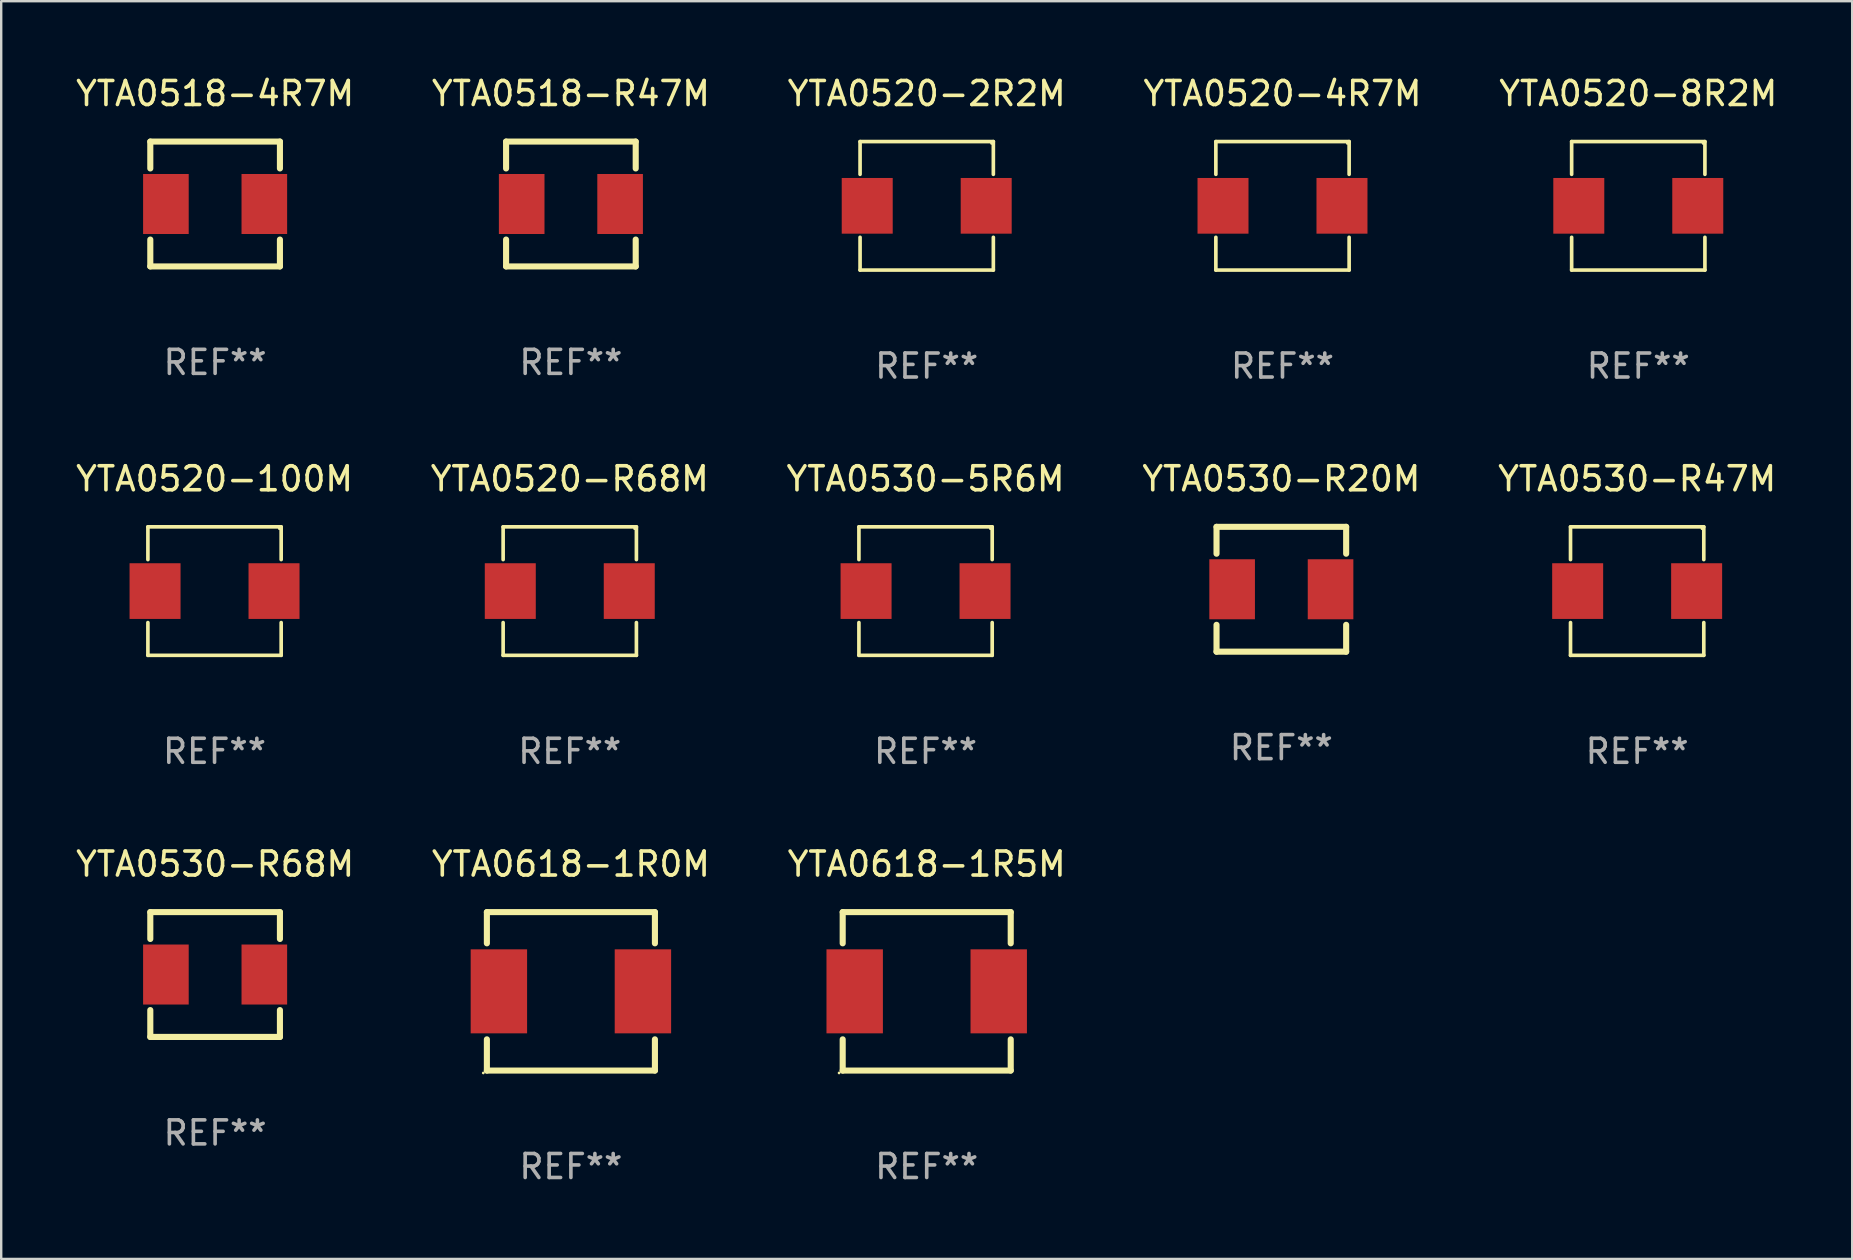
<source format=kicad_pcb>
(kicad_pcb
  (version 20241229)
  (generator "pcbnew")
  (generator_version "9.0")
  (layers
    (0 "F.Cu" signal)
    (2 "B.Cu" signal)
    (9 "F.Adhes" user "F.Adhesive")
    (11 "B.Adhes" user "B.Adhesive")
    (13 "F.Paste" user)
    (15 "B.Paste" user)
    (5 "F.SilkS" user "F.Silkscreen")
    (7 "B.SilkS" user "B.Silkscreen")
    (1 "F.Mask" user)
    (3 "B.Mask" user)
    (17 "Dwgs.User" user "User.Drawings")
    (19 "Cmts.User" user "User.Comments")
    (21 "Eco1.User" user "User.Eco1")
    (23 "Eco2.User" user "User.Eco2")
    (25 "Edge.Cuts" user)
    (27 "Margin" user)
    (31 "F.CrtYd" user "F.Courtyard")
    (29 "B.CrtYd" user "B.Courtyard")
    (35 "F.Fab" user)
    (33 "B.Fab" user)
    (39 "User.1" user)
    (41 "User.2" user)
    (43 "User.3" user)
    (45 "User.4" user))
  (footprint "YTA0530-R68M"
    (layer "F.Cu")
    (at 5.911 37.546)
    (property "Reference" "YTA0530-R68M" (at 0 -4.6 0) (layer "F.SilkS") (effects (font (size 1 1) (thickness 0.15))))
    (attr through_hole)
    (fp_line (start -2.7 -2.6) (end -2.7 -1.481) (stroke (width 0.254) (type solid)) (layer "F.SilkS"))
    (fp_line (start -2.7 -2.6) (end 2.7 -2.6) (stroke (width 0.254) (type solid)) (layer "F.SilkS"))
    (fp_line (start -2.7 1.481) (end -2.7 2.6) (stroke (width 0.254) (type solid)) (layer "F.SilkS"))
    (fp_line (start 2.7 -1.481) (end 2.7 -2.6) (stroke (width 0.254) (type solid)) (layer "F.SilkS"))
    (fp_line (start 2.7 2.6) (end -2.7 2.6) (stroke (width 0.254) (type solid)) (layer "F.SilkS"))
    (fp_line (start 2.7 2.6) (end 2.7 1.481) (stroke (width 0.254) (type solid)) (layer "F.SilkS"))
    (fp_circle (center -2.7 2.6) (end -2.67 2.6) (stroke (width 0.06) (type solid)) (fill no) (layer "F.SilkS"))
    (fp_text user "REF**" (at 0 6.6 0) (layer "F.Fab") (effects (font (size 1 1) (thickness 0.15))))
    (pad "1" smd rect (at -2.05 0) (size 1.9 2.5) (layers "F.Cu" "F.Mask" "F.Paste"))
    (pad "2" smd rect (at 2.05 0) (size 1.9 2.5) (layers "F.Cu" "F.Mask" "F.Paste")))
  (footprint "YTA0520-R68M"
    (layer "F.Cu")
    (at 20.685 21.573)
    (property "Reference" "YTA0520-R68M" (at 0 -4.676 0) (layer "F.SilkS") (effects (font (size 1 1) (thickness 0.15))))
    (attr through_hole)
    (fp_line (start -2.776 -2.676) (end 2.776 -2.676) (stroke (width 0.152) (type solid)) (layer "F.SilkS"))
    (fp_line (start -2.776 -1.312) (end -2.776 -2.676) (stroke (width 0.152) (type solid)) (layer "F.SilkS"))
    (fp_line (start -2.776 1.312) (end -2.776 2.676) (stroke (width 0.152) (type solid)) (layer "F.SilkS"))
    (fp_line (start -2.776 2.676) (end 2.776 2.676) (stroke (width 0.152) (type solid)) (layer "F.SilkS"))
    (fp_line (start 2.776 -2.676) (end 2.776 -1.312) (stroke (width 0.152) (type solid)) (layer "F.SilkS"))
    (fp_line (start 2.776 2.676) (end 2.776 1.312) (stroke (width 0.152) (type solid)) (layer "F.SilkS"))
    (fp_circle (center 2.7 -2.6) (end 2.73 -2.6) (stroke (width 0.06) (type solid)) (fill no) (layer "F.SilkS"))
    (fp_text user "REF**" (at 0 6.676 0) (layer "F.Fab") (effects (font (size 1 1) (thickness 0.15))))
    (pad "1" smd rect (at 2.478 0) (size 2.124 2.32) (layers "F.Cu" "F.Mask" "F.Paste"))
    (pad "2" smd rect (at -2.478 0) (size 2.124 2.32) (layers "F.Cu" "F.Mask" "F.Paste")))
  (footprint "YTA0520-100M"
    (layer "F.Cu")
    (at 5.887 21.573)
    (property "Reference" "YTA0520-100M" (at 0 -4.676 0) (layer "F.SilkS") (effects (font (size 1 1) (thickness 0.15))))
    (attr through_hole)
    (fp_line (start -2.776 -2.676) (end 2.776 -2.676) (stroke (width 0.152) (type solid)) (layer "F.SilkS"))
    (fp_line (start -2.776 -1.312) (end -2.776 -2.676) (stroke (width 0.152) (type solid)) (layer "F.SilkS"))
    (fp_line (start -2.776 1.312) (end -2.776 2.676) (stroke (width 0.152) (type solid)) (layer "F.SilkS"))
    (fp_line (start -2.776 2.676) (end 2.776 2.676) (stroke (width 0.152) (type solid)) (layer "F.SilkS"))
    (fp_line (start 2.776 -2.676) (end 2.776 -1.312) (stroke (width 0.152) (type solid)) (layer "F.SilkS"))
    (fp_line (start 2.776 2.676) (end 2.776 1.312) (stroke (width 0.152) (type solid)) (layer "F.SilkS"))
    (fp_circle (center 2.7 -2.6) (end 2.73 -2.6) (stroke (width 0.06) (type solid)) (fill no) (layer "F.SilkS"))
    (fp_text user "REF**" (at 0 6.676 0) (layer "F.Fab") (effects (font (size 1 1) (thickness 0.15))))
    (pad "1" smd rect (at 2.478 0) (size 2.124 2.32) (layers "F.Cu" "F.Mask" "F.Paste"))
    (pad "2" smd rect (at -2.478 0) (size 2.124 2.32) (layers "F.Cu" "F.Mask" "F.Paste")))
  (footprint "YTA0520-2R2M"
    (layer "F.Cu")
    (at 35.554 5.524)
    (property "Reference" "YTA0520-2R2M" (at 0 -4.676 0) (layer "F.SilkS") (effects (font (size 1 1) (thickness 0.15))))
    (attr through_hole)
    (fp_line (start -2.776 -2.676) (end 2.776 -2.676) (stroke (width 0.152) (type solid)) (layer "F.SilkS"))
    (fp_line (start -2.776 -1.312) (end -2.776 -2.676) (stroke (width 0.152) (type solid)) (layer "F.SilkS"))
    (fp_line (start -2.776 1.312) (end -2.776 2.676) (stroke (width 0.152) (type solid)) (layer "F.SilkS"))
    (fp_line (start -2.776 2.676) (end 2.776 2.676) (stroke (width 0.152) (type solid)) (layer "F.SilkS"))
    (fp_line (start 2.776 -2.676) (end 2.776 -1.312) (stroke (width 0.152) (type solid)) (layer "F.SilkS"))
    (fp_line (start 2.776 2.676) (end 2.776 1.312) (stroke (width 0.152) (type solid)) (layer "F.SilkS"))
    (fp_circle (center 2.7 -2.6) (end 2.73 -2.6) (stroke (width 0.06) (type solid)) (fill no) (layer "F.SilkS"))
    (fp_text user "REF**" (at 0 6.676 0) (layer "F.Fab") (effects (font (size 1 1) (thickness 0.15))))
    (pad "1" smd rect (at 2.478 0) (size 2.124 2.32) (layers "F.Cu" "F.Mask" "F.Paste"))
    (pad "2" smd rect (at -2.478 0) (size 2.124 2.32) (layers "F.Cu" "F.Mask" "F.Paste")))
  (footprint "YTA0520-8R2M"
    (layer "F.Cu")
    (at 65.196 5.524)
    (property "Reference" "YTA0520-8R2M" (at 0 -4.676 0) (layer "F.SilkS") (effects (font (size 1 1) (thickness 0.15))))
    (attr through_hole)
    (fp_line (start -2.776 -2.676) (end 2.776 -2.676) (stroke (width 0.152) (type solid)) (layer "F.SilkS"))
    (fp_line (start -2.776 -1.312) (end -2.776 -2.676) (stroke (width 0.152) (type solid)) (layer "F.SilkS"))
    (fp_line (start -2.776 1.312) (end -2.776 2.676) (stroke (width 0.152) (type solid)) (layer "F.SilkS"))
    (fp_line (start -2.776 2.676) (end 2.776 2.676) (stroke (width 0.152) (type solid)) (layer "F.SilkS"))
    (fp_line (start 2.776 -2.676) (end 2.776 -1.312) (stroke (width 0.152) (type solid)) (layer "F.SilkS"))
    (fp_line (start 2.776 2.676) (end 2.776 1.312) (stroke (width 0.152) (type solid)) (layer "F.SilkS"))
    (fp_circle (center 2.7 -2.6) (end 2.73 -2.6) (stroke (width 0.06) (type solid)) (fill no) (layer "F.SilkS"))
    (fp_text user "REF**" (at 0 6.676 0) (layer "F.Fab") (effects (font (size 1 1) (thickness 0.15))))
    (pad "1" smd rect (at 2.478 0) (size 2.124 2.32) (layers "F.Cu" "F.Mask" "F.Paste"))
    (pad "2" smd rect (at -2.478 0) (size 2.124 2.32) (layers "F.Cu" "F.Mask" "F.Paste")))
  (footprint "YTA0520-4R7M"
    (layer "F.Cu")
    (at 50.375 5.524)
    (property "Reference" "YTA0520-4R7M" (at 0 -4.676 0) (layer "F.SilkS") (effects (font (size 1 1) (thickness 0.15))))
    (attr through_hole)
    (fp_line (start -2.776 -2.676) (end 2.776 -2.676) (stroke (width 0.152) (type solid)) (layer "F.SilkS"))
    (fp_line (start -2.776 -1.312) (end -2.776 -2.676) (stroke (width 0.152) (type solid)) (layer "F.SilkS"))
    (fp_line (start -2.776 1.312) (end -2.776 2.676) (stroke (width 0.152) (type solid)) (layer "F.SilkS"))
    (fp_line (start -2.776 2.676) (end 2.776 2.676) (stroke (width 0.152) (type solid)) (layer "F.SilkS"))
    (fp_line (start 2.776 -2.676) (end 2.776 -1.312) (stroke (width 0.152) (type solid)) (layer "F.SilkS"))
    (fp_line (start 2.776 2.676) (end 2.776 1.312) (stroke (width 0.152) (type solid)) (layer "F.SilkS"))
    (fp_circle (center 2.7 -2.6) (end 2.73 -2.6) (stroke (width 0.06) (type solid)) (fill no) (layer "F.SilkS"))
    (fp_text user "REF**" (at 0 6.676 0) (layer "F.Fab") (effects (font (size 1 1) (thickness 0.15))))
    (pad "1" smd rect (at 2.478 0) (size 2.124 2.32) (layers "F.Cu" "F.Mask" "F.Paste"))
    (pad "2" smd rect (at -2.478 0) (size 2.124 2.32) (layers "F.Cu" "F.Mask" "F.Paste")))
  (footprint "YTA0518-R47M"
    (layer "F.Cu")
    (at 20.732 5.448)
    (property "Reference" "YTA0518-R47M" (at 0 -4.6 0) (layer "F.SilkS") (effects (font (size 1 1) (thickness 0.15))))
    (attr through_hole)
    (fp_line (start -2.7 -2.6) (end -2.7 -1.481) (stroke (width 0.254) (type solid)) (layer "F.SilkS"))
    (fp_line (start -2.7 -2.6) (end 2.7 -2.6) (stroke (width 0.254) (type solid)) (layer "F.SilkS"))
    (fp_line (start -2.7 1.481) (end -2.7 2.6) (stroke (width 0.254) (type solid)) (layer "F.SilkS"))
    (fp_line (start 2.7 -1.481) (end 2.7 -2.6) (stroke (width 0.254) (type solid)) (layer "F.SilkS"))
    (fp_line (start 2.7 2.6) (end -2.7 2.6) (stroke (width 0.254) (type solid)) (layer "F.SilkS"))
    (fp_line (start 2.7 2.6) (end 2.7 1.481) (stroke (width 0.254) (type solid)) (layer "F.SilkS"))
    (fp_circle (center -2.7 2.6) (end -2.67 2.6) (stroke (width 0.06) (type solid)) (fill no) (layer "F.SilkS"))
    (fp_text user "REF**" (at 0 6.6 0) (layer "F.Fab") (effects (font (size 1 1) (thickness 0.15))))
    (pad "1" smd rect (at -2.05 0) (size 1.9 2.5) (layers "F.Cu" "F.Mask" "F.Paste"))
    (pad "2" smd rect (at 2.05 0) (size 1.9 2.5) (layers "F.Cu" "F.Mask" "F.Paste")))
  (footprint "YTA0530-5R6M"
    (layer "F.Cu")
    (at 35.506 21.573)
    (property "Reference" "YTA0530-5R6M" (at 0 -4.676 0) (layer "F.SilkS") (effects (font (size 1 1) (thickness 0.15))))
    (attr through_hole)
    (fp_line (start -2.776 -2.676) (end 2.776 -2.676) (stroke (width 0.152) (type solid)) (layer "F.SilkS"))
    (fp_line (start -2.776 -1.312) (end -2.776 -2.676) (stroke (width 0.152) (type solid)) (layer "F.SilkS"))
    (fp_line (start -2.776 1.312) (end -2.776 2.676) (stroke (width 0.152) (type solid)) (layer "F.SilkS"))
    (fp_line (start -2.776 2.676) (end 2.776 2.676) (stroke (width 0.152) (type solid)) (layer "F.SilkS"))
    (fp_line (start 2.776 -2.676) (end 2.776 -1.312) (stroke (width 0.152) (type solid)) (layer "F.SilkS"))
    (fp_line (start 2.776 2.676) (end 2.776 1.312) (stroke (width 0.152) (type solid)) (layer "F.SilkS"))
    (fp_circle (center 2.7 -2.6) (end 2.73 -2.6) (stroke (width 0.06) (type solid)) (fill no) (layer "F.SilkS"))
    (fp_text user "REF**" (at 0 6.676 0) (layer "F.Fab") (effects (font (size 1 1) (thickness 0.15))))
    (pad "1" smd rect (at 2.478 0) (size 2.124 2.32) (layers "F.Cu" "F.Mask" "F.Paste"))
    (pad "2" smd rect (at -2.478 0) (size 2.124 2.32) (layers "F.Cu" "F.Mask" "F.Paste")))
  (footprint "YTA0618-1R5M"
    (layer "F.Cu")
    (at 35.554 38.246)
    (property "Reference" "YTA0618-1R5M" (at 0 -5.3 0) (layer "F.SilkS") (effects (font (size 1 1) (thickness 0.15))))
    (attr through_hole)
    (fp_line (start -3.5 3.3) (end 3.5 3.3) (stroke (width 0.254) (type solid)) (layer "F.SilkS"))
    (fp_line (start -3.5 -3.3) (end -3.5 -2) (stroke (width 0.254) (type solid)) (layer "F.SilkS"))
    (fp_line (start -3.5 -3.3) (end 3.5 -3.3) (stroke (width 0.254) (type solid)) (layer "F.SilkS"))
    (fp_line (start -3.5 2) (end -3.5 3.3) (stroke (width 0.254) (type solid)) (layer "F.SilkS"))
    (fp_line (start 3.5 -3.3) (end 3.5 -2) (stroke (width 0.254) (type solid)) (layer "F.SilkS"))
    (fp_line (start 3.5 2) (end 3.5 3.3) (stroke (width 0.254) (type solid)) (layer "F.SilkS"))
    (fp_circle (center -3.65 3.4) (end -3.62 3.4) (stroke (width 0.06) (type solid)) (fill no) (layer "F.SilkS"))
    (fp_text user "REF**" (at 0 7.3 0) (layer "F.Fab") (effects (font (size 1 1) (thickness 0.15))))
    (pad "1" smd rect (at -3 0) (size 2.35 3.5) (layers "F.Cu" "F.Mask" "F.Paste"))
    (pad "2" smd rect (at 3 0) (size 2.35 3.5) (layers "F.Cu" "F.Mask" "F.Paste")))
  (footprint "YTA0618-1R0M"
    (layer "F.Cu")
    (at 20.732 38.246)
    (property "Reference" "YTA0618-1R0M" (at 0 -5.3 0) (layer "F.SilkS") (effects (font (size 1 1) (thickness 0.15))))
    (attr through_hole)
    (fp_line (start -3.5 3.3) (end 3.5 3.3) (stroke (width 0.254) (type solid)) (layer "F.SilkS"))
    (fp_line (start -3.5 -3.3) (end -3.5 -2) (stroke (width 0.254) (type solid)) (layer "F.SilkS"))
    (fp_line (start -3.5 -3.3) (end 3.5 -3.3) (stroke (width 0.254) (type solid)) (layer "F.SilkS"))
    (fp_line (start -3.5 2) (end -3.5 3.3) (stroke (width 0.254) (type solid)) (layer "F.SilkS"))
    (fp_line (start 3.5 -3.3) (end 3.5 -2) (stroke (width 0.254) (type solid)) (layer "F.SilkS"))
    (fp_line (start 3.5 2) (end 3.5 3.3) (stroke (width 0.254) (type solid)) (layer "F.SilkS"))
    (fp_circle (center -3.65 3.4) (end -3.62 3.4) (stroke (width 0.06) (type solid)) (fill no) (layer "F.SilkS"))
    (fp_text user "REF**" (at 0 7.3 0) (layer "F.Fab") (effects (font (size 1 1) (thickness 0.15))))
    (pad "1" smd rect (at -3 0) (size 2.35 3.5) (layers "F.Cu" "F.Mask" "F.Paste"))
    (pad "2" smd rect (at 3 0) (size 2.35 3.5) (layers "F.Cu" "F.Mask" "F.Paste")))
  (footprint "YTA0530-R20M"
    (layer "F.Cu")
    (at 50.327 21.497)
    (property "Reference" "YTA0530-R20M" (at 0 -4.6 0) (layer "F.SilkS") (effects (font (size 1 1) (thickness 0.15))))
    (attr through_hole)
    (fp_line (start -2.7 -2.6) (end -2.7 -1.481) (stroke (width 0.254) (type solid)) (layer "F.SilkS"))
    (fp_line (start -2.7 -2.6) (end 2.7 -2.6) (stroke (width 0.254) (type solid)) (layer "F.SilkS"))
    (fp_line (start -2.7 1.481) (end -2.7 2.6) (stroke (width 0.254) (type solid)) (layer "F.SilkS"))
    (fp_line (start 2.7 -1.481) (end 2.7 -2.6) (stroke (width 0.254) (type solid)) (layer "F.SilkS"))
    (fp_line (start 2.7 2.6) (end -2.7 2.6) (stroke (width 0.254) (type solid)) (layer "F.SilkS"))
    (fp_line (start 2.7 2.6) (end 2.7 1.481) (stroke (width 0.254) (type solid)) (layer "F.SilkS"))
    (fp_circle (center -2.7 2.6) (end -2.67 2.6) (stroke (width 0.06) (type solid)) (fill no) (layer "F.SilkS"))
    (fp_text user "REF**" (at 0 6.6 0) (layer "F.Fab") (effects (font (size 1 1) (thickness 0.15))))
    (pad "1" smd rect (at -2.05 0) (size 1.9 2.5) (layers "F.Cu" "F.Mask" "F.Paste"))
    (pad "2" smd rect (at 2.05 0) (size 1.9 2.5) (layers "F.Cu" "F.Mask" "F.Paste")))
  (footprint "YTA0530-R47M"
    (layer "F.Cu")
    (at 65.149 21.573)
    (property "Reference" "YTA0530-R47M" (at 0 -4.676 0) (layer "F.SilkS") (effects (font (size 1 1) (thickness 0.15))))
    (attr through_hole)
    (fp_line (start -2.776 -2.676) (end 2.776 -2.676) (stroke (width 0.152) (type solid)) (layer "F.SilkS"))
    (fp_line (start -2.776 -1.312) (end -2.776 -2.676) (stroke (width 0.152) (type solid)) (layer "F.SilkS"))
    (fp_line (start -2.776 1.312) (end -2.776 2.676) (stroke (width 0.152) (type solid)) (layer "F.SilkS"))
    (fp_line (start -2.776 2.676) (end 2.776 2.676) (stroke (width 0.152) (type solid)) (layer "F.SilkS"))
    (fp_line (start 2.776 -2.676) (end 2.776 -1.312) (stroke (width 0.152) (type solid)) (layer "F.SilkS"))
    (fp_line (start 2.776 2.676) (end 2.776 1.312) (stroke (width 0.152) (type solid)) (layer "F.SilkS"))
    (fp_circle (center 2.7 -2.6) (end 2.73 -2.6) (stroke (width 0.06) (type solid)) (fill no) (layer "F.SilkS"))
    (fp_text user "REF**" (at 0 6.676 0) (layer "F.Fab") (effects (font (size 1 1) (thickness 0.15))))
    (pad "1" smd rect (at 2.478 0) (size 2.124 2.32) (layers "F.Cu" "F.Mask" "F.Paste"))
    (pad "2" smd rect (at -2.478 0) (size 2.124 2.32) (layers "F.Cu" "F.Mask" "F.Paste")))
  (footprint "YTA0518-4R7M"
    (layer "F.Cu")
    (at 5.911 5.448)
    (property "Reference" "YTA0518-4R7M" (at 0 -4.6 0) (layer "F.SilkS") (effects (font (size 1 1) (thickness 0.15))))
    (attr through_hole)
    (fp_line (start -2.7 -2.6) (end -2.7 -1.481) (stroke (width 0.254) (type solid)) (layer "F.SilkS"))
    (fp_line (start -2.7 -2.6) (end 2.7 -2.6) (stroke (width 0.254) (type solid)) (layer "F.SilkS"))
    (fp_line (start -2.7 1.481) (end -2.7 2.6) (stroke (width 0.254) (type solid)) (layer "F.SilkS"))
    (fp_line (start 2.7 -1.481) (end 2.7 -2.6) (stroke (width 0.254) (type solid)) (layer "F.SilkS"))
    (fp_line (start 2.7 2.6) (end -2.7 2.6) (stroke (width 0.254) (type solid)) (layer "F.SilkS"))
    (fp_line (start 2.7 2.6) (end 2.7 1.481) (stroke (width 0.254) (type solid)) (layer "F.SilkS"))
    (fp_circle (center -2.7 2.6) (end -2.67 2.6) (stroke (width 0.06) (type solid)) (fill no) (layer "F.SilkS"))
    (fp_text user "REF**" (at 0 6.6 0) (layer "F.Fab") (effects (font (size 1 1) (thickness 0.15))))
    (pad "1" smd rect (at -2.05 0) (size 1.9 2.5) (layers "F.Cu" "F.Mask" "F.Paste"))
    (pad "2" smd rect (at 2.05 0) (size 1.9 2.5) (layers "F.Cu" "F.Mask" "F.Paste")))
  (gr_rect
    (start -3 -3)
    (end 74.107 49.394)
    (stroke (width 0.1) (type default))
    (fill no)
    (layer "Edge.Cuts")))
</source>
